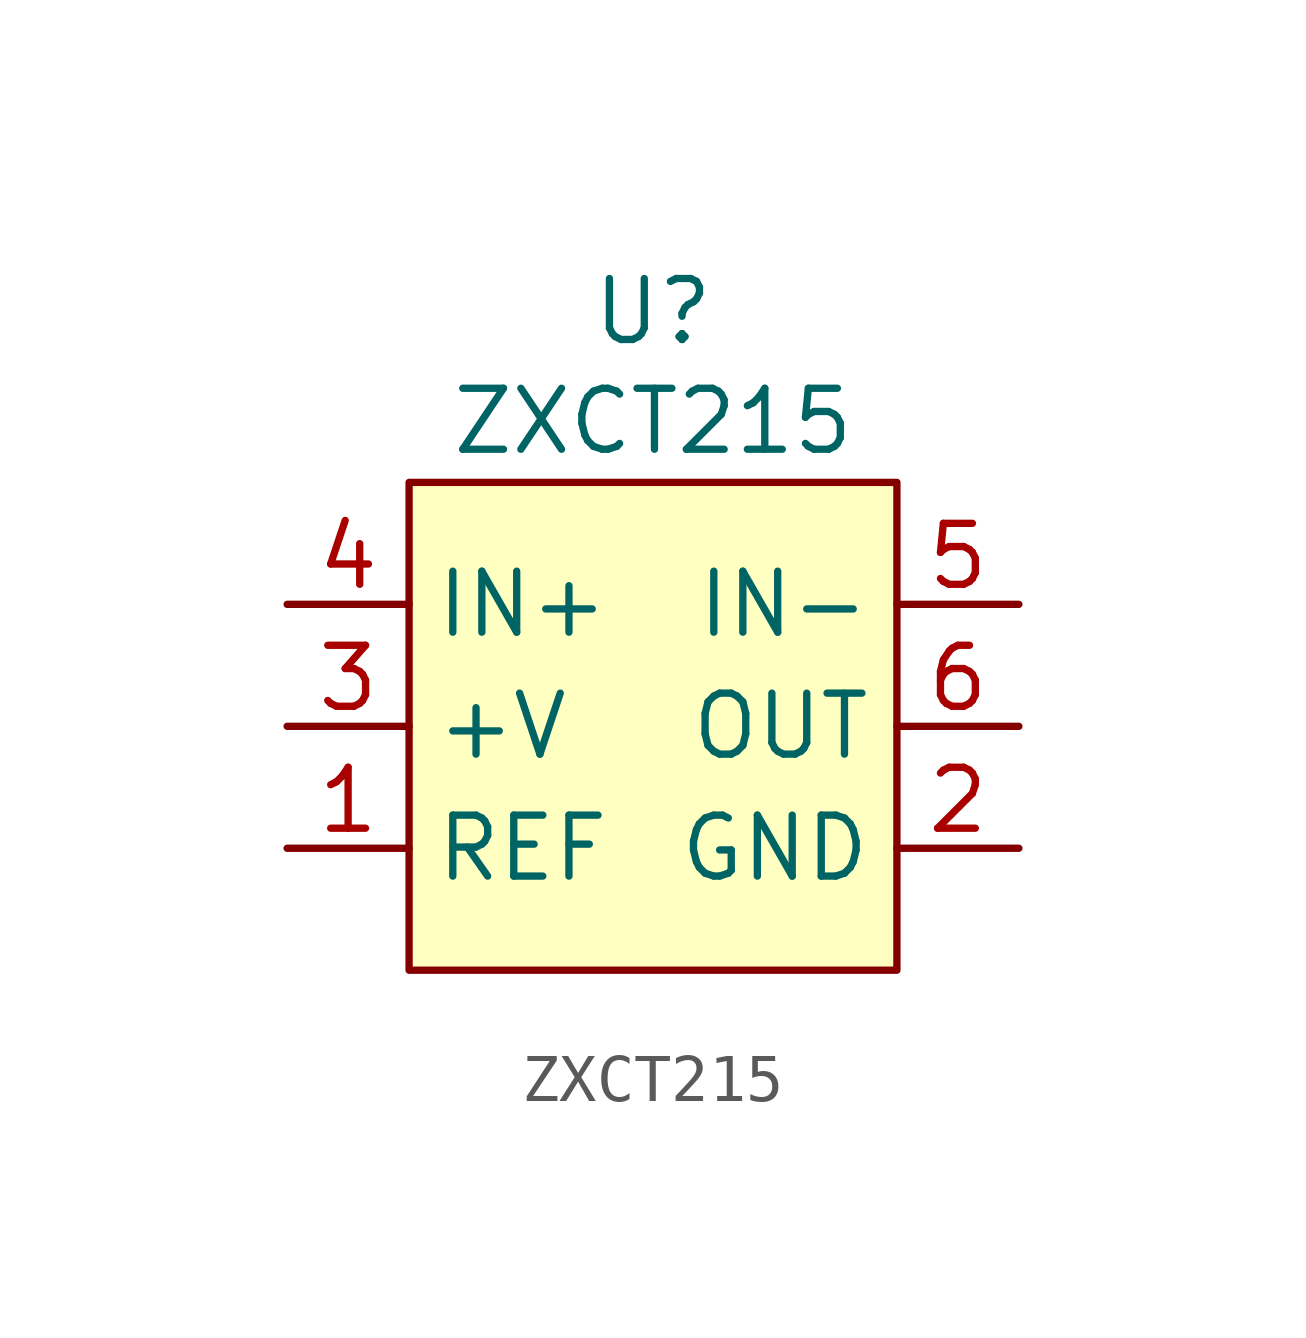
<source format=kicad_sym>
(kicad_symbol_lib
  (version 20241209)
  (generator "kicad_symbol_editor")
  (generator_version "9.0")
  (symbol "ZXCT215"
    (property "Reference" "U"
      (at 0 8.636 0)
      (effects (font (size 1.27 1.27))))
    (property "Value" "ZXCT215"
      (at 0 6.35 0)
      (effects (font (size 1.27 1.27))))
    (symbol "ZXCT215_1_1"
      (rectangle (start -5.08 5.08) (end 5.08 -5.08) (stroke (width 0) (type solid)) (fill (type background)))
      (pin passive line (at -7.62 2.54 0) (length 2.54) (name "IN+" (effects (font (size 1.27 1.27)))) (number "4" (effects (font (size 1.27 1.27)))))
      (pin passive line (at -7.62 0 0) (length 2.54) (name "+V" (effects (font (size 1.27 1.27)))) (number "3" (effects (font (size 1.27 1.27)))))
      (pin passive line (at -7.62 -2.54 0) (length 2.54) (name "REF" (effects (font (size 1.27 1.27)))) (number "1" (effects (font (size 1.27 1.27)))))
      (pin passive line (at 7.62 2.54 180) (length 2.54) (name "IN-" (effects (font (size 1.27 1.27)))) (number "5" (effects (font (size 1.27 1.27)))))
      (pin passive line (at 7.62 0 180) (length 2.54) (name "OUT" (effects (font (size 1.27 1.27)))) (number "6" (effects (font (size 1.27 1.27)))))
      (pin passive line (at 7.62 -2.54 180) (length 2.54) (name "GND" (effects (font (size 1.27 1.27)))) (number "2" (effects (font (size 1.27 1.27))))))))
</source>
